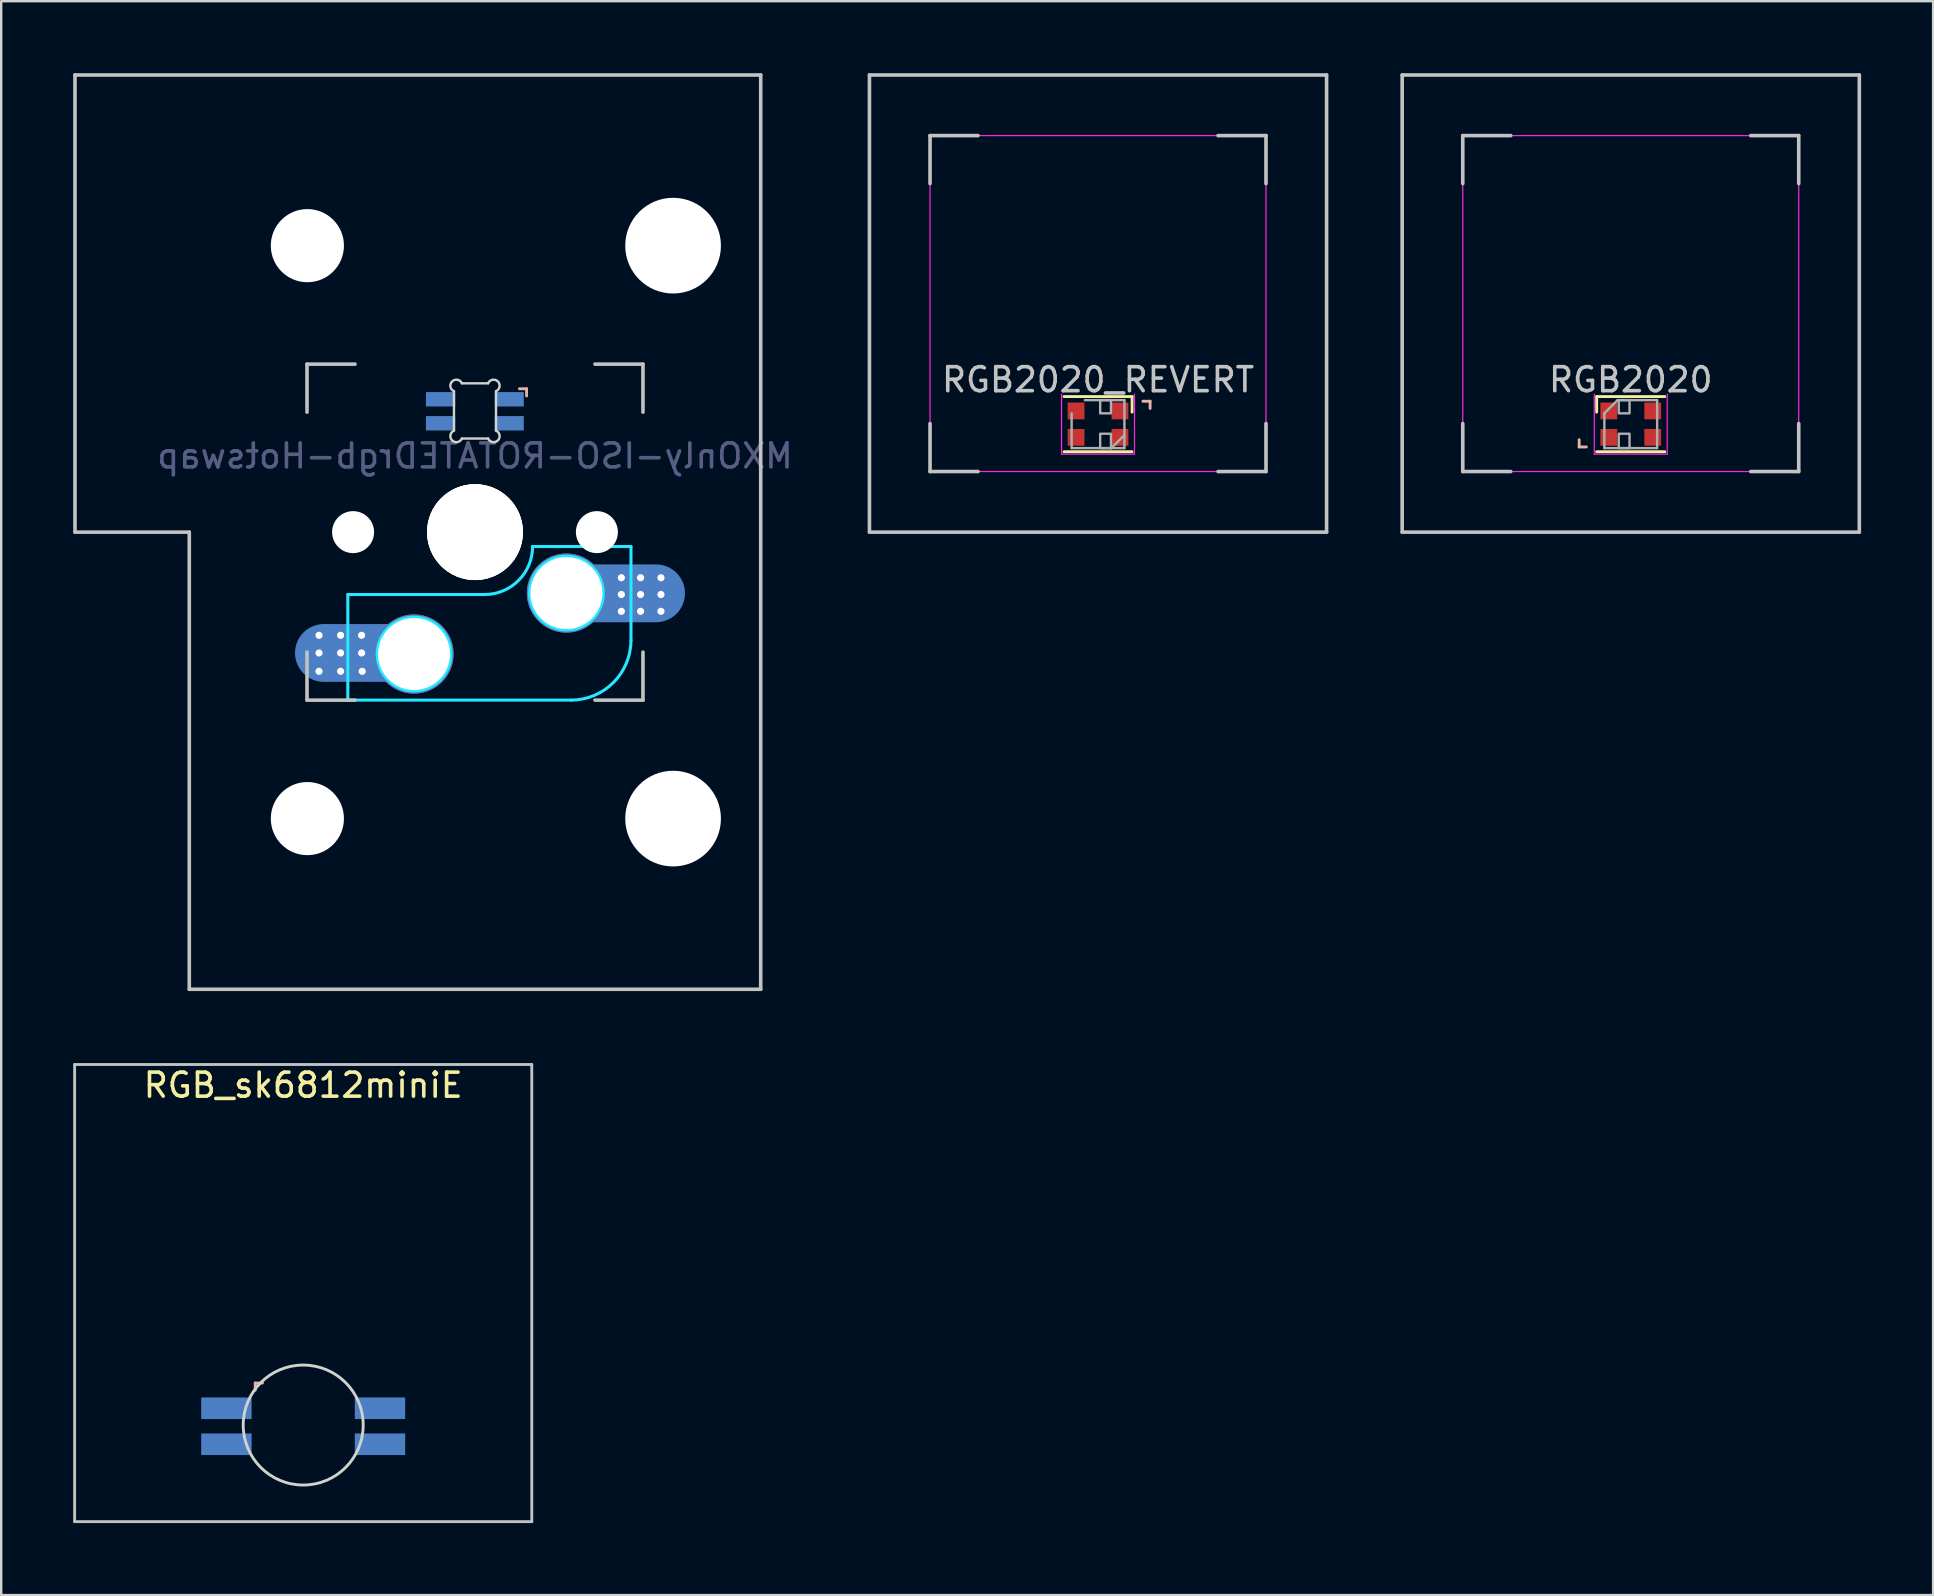
<source format=kicad_pcb>
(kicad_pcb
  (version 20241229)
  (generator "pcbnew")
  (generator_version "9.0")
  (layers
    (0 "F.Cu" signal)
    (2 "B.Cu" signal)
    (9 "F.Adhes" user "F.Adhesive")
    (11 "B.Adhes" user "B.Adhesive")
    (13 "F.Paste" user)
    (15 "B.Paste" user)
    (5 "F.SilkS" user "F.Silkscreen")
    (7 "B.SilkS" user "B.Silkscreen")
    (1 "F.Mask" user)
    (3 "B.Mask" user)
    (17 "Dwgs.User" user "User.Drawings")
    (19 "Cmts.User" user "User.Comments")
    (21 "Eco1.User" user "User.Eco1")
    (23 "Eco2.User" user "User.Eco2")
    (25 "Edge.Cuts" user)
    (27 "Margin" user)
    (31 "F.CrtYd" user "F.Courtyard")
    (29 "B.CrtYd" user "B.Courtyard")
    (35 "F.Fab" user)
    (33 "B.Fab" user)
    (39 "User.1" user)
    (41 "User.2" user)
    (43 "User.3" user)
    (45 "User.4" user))
  (footprint "RGB2020_REVERT"
    (layer "F.Cu")
    (at 42.707 9.6)
    (property "Reference" "RGB2020_REVERT" (at 0 3.175 0) (layer "Dwgs.User") (effects (font (size 1 1) (thickness 0.15))))
    (attr through_hole)
    (fp_line (start -1.42 3.875) (end 1.42 3.875) (stroke (width 0.12) (type solid)) (layer "F.SilkS"))
    (fp_line (start -1.42 6.175) (end 1.42 6.175) (stroke (width 0.12) (type solid)) (layer "F.SilkS"))
    (fp_line (start 1.42 3.875) (end 1.42 4.525) (stroke (width 0.12) (type solid)) (layer "F.SilkS"))
    (fp_line (start 2.17 4.07) (end 1.87 4.07) (stroke (width 0.12) (type solid)) (layer "B.SilkS"))
    (fp_line (start 2.17 4.37) (end 2.17 4.07) (stroke (width 0.12) (type solid)) (layer "B.SilkS"))
    (fp_line (start -9.525 -9.525) (end 9.525 -9.525) (stroke (width 0.15) (type solid)) (layer "Dwgs.User"))
    (fp_line (start -9.525 9.525) (end -9.525 -9.525) (stroke (width 0.15) (type solid)) (layer "Dwgs.User"))
    (fp_line (start -7 -7) (end -5 -7) (stroke (width 0.15) (type solid)) (layer "Dwgs.User"))
    (fp_line (start -7 -5) (end -7 -7) (stroke (width 0.15) (type solid)) (layer "Dwgs.User"))
    (fp_line (start -7 5) (end -7 7) (stroke (width 0.15) (type solid)) (layer "Dwgs.User"))
    (fp_line (start -7 7) (end -5 7) (stroke (width 0.15) (type solid)) (layer "Dwgs.User"))
    (fp_line (start 5 7) (end 7 7) (stroke (width 0.15) (type solid)) (layer "Dwgs.User"))
    (fp_line (start 7 -7) (end 5 -7) (stroke (width 0.15) (type solid)) (layer "Dwgs.User"))
    (fp_line (start 7 -5) (end 7 -7) (stroke (width 0.15) (type solid)) (layer "Dwgs.User"))
    (fp_line (start 7 7) (end 7 5) (stroke (width 0.15) (type solid)) (layer "Dwgs.User"))
    (fp_line (start 9.525 -9.525) (end 9.525 9.525) (stroke (width 0.15) (type solid)) (layer "Dwgs.User"))
    (fp_line (start 9.525 9.525) (end -9.525 9.525) (stroke (width 0.15) (type solid)) (layer "Dwgs.User"))
    (fp_line (start -7 -6.5) (end -7 6.5) (stroke (width 0.05) (type solid)) (layer "Eco2.User"))
    (fp_line (start -6.5 7) (end 6.5 7) (stroke (width 0.05) (type solid)) (layer "Eco2.User"))
    (fp_line (start 6.5 -7) (end -6.5 -7) (stroke (width 0.05) (type solid)) (layer "Eco2.User"))
    (fp_line (start 7 6.5) (end 7 -6.5) (stroke (width 0.05) (type solid)) (layer "Eco2.User"))
    (fp_arc (start -7 -6.5) (mid -6.853553 -6.853553) (end -6.5 -7) (stroke (width 0.05) (type solid)) (layer "Eco2.User"))
    (fp_arc (start -6.497236 6.998884) (mid -6.850834 6.852482) (end -6.997236 6.498884) (stroke (width 0.05) (type solid)) (layer "Eco2.User"))
    (fp_arc (start 6.5 -7) (mid 6.853553 -6.853553) (end 7 -6.5) (stroke (width 0.05) (type solid)) (layer "Eco2.User"))
    (fp_arc (start 7 6.5) (mid 6.853553 6.853553) (end 6.5 7) (stroke (width 0.05) (type solid)) (layer "Eco2.User"))
    (fp_line (start -7 -7) (end -7 7) (stroke (width 0.05) (type solid)) (layer "F.CrtYd"))
    (fp_line (start -7 7) (end 7 7) (stroke (width 0.05) (type solid)) (layer "F.CrtYd"))
    (fp_line (start -1.52 3.775) (end -1.52 6.275) (stroke (width 0.05) (type solid)) (layer "F.CrtYd"))
    (fp_line (start -1.52 6.275) (end 1.52 6.275) (stroke (width 0.05) (type solid)) (layer "F.CrtYd"))
    (fp_line (start 1.52 6.275) (end 1.52 3.775) (stroke (width 0.05) (type solid)) (layer "F.CrtYd"))
    (fp_line (start 7 -7) (end -7 -7) (stroke (width 0.05) (type solid)) (layer "F.CrtYd"))
    (fp_line (start 7 7) (end 7 -7) (stroke (width 0.05) (type solid)) (layer "F.CrtYd"))
    (fp_line (start -1.1 4.575) (end -1.1 6.025) (stroke (width 0.1) (type solid)) (layer "F.Fab"))
    (fp_line (start -1.1 6.025) (end 1.1 6.025) (stroke (width 0.1) (type solid)) (layer "F.Fab"))
    (fp_line (start 0.54 6.04) (end 1.09 5.49) (stroke (width 0.1) (type solid)) (layer "F.Fab"))
    (fp_line (start 1.1 4.025) (end -0.55 4.025) (stroke (width 0.1) (type solid)) (layer "F.Fab"))
    (fp_line (start 1.1 4.025) (end 1.1 6.025) (stroke (width 0.1) (type solid)) (layer "F.Fab"))
    (fp_rect (start 0.09 4.025) (end 0.54 4.575) (stroke (width 0.1) (type solid)) (fill no) (layer "F.Fab"))
    (fp_rect (start 0.09 5.425) (end 0.54 6.025) (stroke (width 0.1) (type solid)) (fill no) (layer "F.Fab"))
    (pad "1" smd rect (at 0.915 5.575) (size 0.7 0.7) (layers "F.Cu" "F.Mask" "F.Paste"))
    (pad "2" smd rect (at 0.915 4.475) (size 0.7 0.7) (layers "F.Cu" "F.Mask" "F.Paste"))
    (pad "3" smd rect (at -0.915 4.475) (size 0.7 0.7) (layers "F.Cu" "F.Mask" "F.Paste"))
    (pad "4" smd rect (at -0.915 5.575) (size 0.7 0.7) (layers "F.Cu" "F.Mask" "F.Paste")))
  (footprint "RGB_sk6812miniE"
    (layer "F.Cu")
    (at 9.585 50.835)
    (property "Reference" "RGB_sk6812miniE" (at 0 -8.662 0) (layer "F.SilkS") (effects (font (size 1 1) (thickness 0.15))))
    (attr through_hole)
    (fp_line (start -2 3.75) (end -2 4.05) (stroke (width 0.12) (type solid)) (layer "B.SilkS"))
    (fp_line (start -1.7 3.75) (end -2 3.75) (stroke (width 0.12) (type solid)) (layer "B.SilkS"))
    (fp_line (start -9.525 -9.525) (end 9.525 -9.525) (stroke (width 0.12) (type solid)) (layer "Dwgs.User"))
    (fp_line (start -9.525 9.525) (end -9.525 -9.525) (stroke (width 0.12) (type solid)) (layer "Dwgs.User"))
    (fp_line (start 9.525 -9.525) (end 9.525 9.525) (stroke (width 0.12) (type solid)) (layer "Dwgs.User"))
    (fp_line (start 9.525 9.525) (end -9.525 9.525) (stroke (width 0.12) (type solid)) (layer "Dwgs.User"))
    (fp_circle (center 0 5.5) (end 1.5 7.5) (stroke (width 0.12) (type solid)) (fill no) (layer "Edge.Cuts"))
    (pad "1" smd rect (at 3.2 6.3) (size 2.1 0.9) (layers "B.Cu" "B.Mask" "B.Paste"))
    (pad "2" smd rect (at 3.2 4.8) (size 2.1 0.9) (layers "B.Cu" "B.Mask" "B.Paste"))
    (pad "3" smd rect (at -3.2 4.8) (size 2.1 0.9) (layers "B.Cu" "B.Mask" "B.Paste"))
    (pad "4" smd rect (at -3.2 6.3) (size 2.1 0.9) (layers "B.Cu" "B.Mask" "B.Paste")))
  (footprint "RGB2020"
    (layer "F.Cu")
    (at 64.907 9.6)
    (property "Reference" "RGB2020" (at 0 3.175 0) (layer "Dwgs.User") (effects (font (size 1 1) (thickness 0.15))))
    (attr through_hole)
    (fp_line (start -1.42 3.875) (end -1.42 4.525) (stroke (width 0.12) (type solid)) (layer "F.SilkS"))
    (fp_line (start -1.42 3.875) (end 1.42 3.875) (stroke (width 0.12) (type solid)) (layer "F.SilkS"))
    (fp_line (start -1.42 6.175) (end 1.42 6.175) (stroke (width 0.12) (type solid)) (layer "F.SilkS"))
    (fp_line (start -2.15 5.675) (end -2.15 5.975) (stroke (width 0.12) (type solid)) (layer "B.SilkS"))
    (fp_line (start -2.15 5.975) (end -1.85 5.975) (stroke (width 0.12) (type solid)) (layer "B.SilkS"))
    (fp_line (start -9.525 -9.525) (end 9.525 -9.525) (stroke (width 0.15) (type solid)) (layer "Dwgs.User"))
    (fp_line (start -9.525 9.525) (end -9.525 -9.525) (stroke (width 0.15) (type solid)) (layer "Dwgs.User"))
    (fp_line (start -7 -7) (end -5 -7) (stroke (width 0.15) (type solid)) (layer "Dwgs.User"))
    (fp_line (start -7 -5) (end -7 -7) (stroke (width 0.15) (type solid)) (layer "Dwgs.User"))
    (fp_line (start -7 5) (end -7 7) (stroke (width 0.15) (type solid)) (layer "Dwgs.User"))
    (fp_line (start -7 7) (end -5 7) (stroke (width 0.15) (type solid)) (layer "Dwgs.User"))
    (fp_line (start 5 7) (end 7 7) (stroke (width 0.15) (type solid)) (layer "Dwgs.User"))
    (fp_line (start 7 -7) (end 5 -7) (stroke (width 0.15) (type solid)) (layer "Dwgs.User"))
    (fp_line (start 7 -5) (end 7 -7) (stroke (width 0.15) (type solid)) (layer "Dwgs.User"))
    (fp_line (start 7 7) (end 7 5) (stroke (width 0.15) (type solid)) (layer "Dwgs.User"))
    (fp_line (start 9.525 -9.525) (end 9.525 9.525) (stroke (width 0.15) (type solid)) (layer "Dwgs.User"))
    (fp_line (start 9.525 9.525) (end -9.525 9.525) (stroke (width 0.15) (type solid)) (layer "Dwgs.User"))
    (fp_line (start -7 -6.5) (end -7 6.5) (stroke (width 0.05) (type solid)) (layer "Eco2.User"))
    (fp_line (start -6.5 7) (end 6.5 7) (stroke (width 0.05) (type solid)) (layer "Eco2.User"))
    (fp_line (start 6.5 -7) (end -6.5 -7) (stroke (width 0.05) (type solid)) (layer "Eco2.User"))
    (fp_line (start 7 6.5) (end 7 -6.5) (stroke (width 0.05) (type solid)) (layer "Eco2.User"))
    (fp_arc (start -7 -6.5) (mid -6.853553 -6.853553) (end -6.5 -7) (stroke (width 0.05) (type solid)) (layer "Eco2.User"))
    (fp_arc (start -6.497236 6.998884) (mid -6.850834 6.852482) (end -6.997236 6.498884) (stroke (width 0.05) (type solid)) (layer "Eco2.User"))
    (fp_arc (start 6.5 -7) (mid 6.853553 -6.853553) (end 7 -6.5) (stroke (width 0.05) (type solid)) (layer "Eco2.User"))
    (fp_arc (start 7 6.5) (mid 6.853553 6.853553) (end 6.5 7) (stroke (width 0.05) (type solid)) (layer "Eco2.User"))
    (fp_line (start -7 -7) (end -7 7) (stroke (width 0.05) (type solid)) (layer "F.CrtYd"))
    (fp_line (start -7 7) (end 7 7) (stroke (width 0.05) (type solid)) (layer "F.CrtYd"))
    (fp_line (start -1.52 3.775) (end -1.52 6.275) (stroke (width 0.05) (type solid)) (layer "F.CrtYd"))
    (fp_line (start -1.52 6.275) (end 1.52 6.275) (stroke (width 0.05) (type solid)) (layer "F.CrtYd"))
    (fp_line (start 1.52 6.275) (end 1.52 3.775) (stroke (width 0.05) (type solid)) (layer "F.CrtYd"))
    (fp_line (start 7 -7) (end -7 -7) (stroke (width 0.05) (type solid)) (layer "F.CrtYd"))
    (fp_line (start 7 7) (end 7 -7) (stroke (width 0.05) (type solid)) (layer "F.CrtYd"))
    (fp_line (start -1.1 4.575) (end -1.1 6.025) (stroke (width 0.1) (type solid)) (layer "F.Fab"))
    (fp_line (start -1.1 6.025) (end 1.1 6.025) (stroke (width 0.1) (type solid)) (layer "F.Fab"))
    (fp_line (start -0.55 4.025) (end -1.1 4.575) (stroke (width 0.1) (type solid)) (layer "F.Fab"))
    (fp_line (start 1.1 4.025) (end -0.55 4.025) (stroke (width 0.1) (type solid)) (layer "F.Fab"))
    (fp_line (start 1.1 4.025) (end 1.1 6.025) (stroke (width 0.1) (type solid)) (layer "F.Fab"))
    (fp_rect (start -0.5 4.025) (end -0.05 4.575) (stroke (width 0.1) (type solid)) (fill no) (layer "F.Fab"))
    (fp_rect (start -0.5 5.425) (end -0.05 6.025) (stroke (width 0.1) (type solid)) (fill no) (layer "F.Fab"))
    (pad "1" smd rect (at -0.915 4.475) (size 0.7 0.7) (layers "F.Cu" "F.Mask" "F.Paste"))
    (pad "2" smd rect (at -0.915 5.575) (size 0.7 0.7) (layers "F.Cu" "F.Mask" "F.Paste"))
    (pad "3" smd rect (at 0.915 5.575) (size 0.7 0.7) (layers "F.Cu" "F.Mask" "F.Paste"))
    (pad "4" smd rect (at 0.915 4.475) (size 0.7 0.7) (layers "F.Cu" "F.Mask" "F.Paste")))
  (footprint "MXOnly-ISO-ROTATEDrgb-Hotswap"
    (layer "F.Cu")
    (at 16.744 19.125)
    (property "Reference" "MXOnly-ISO-ROTATEDrgb-Hotswap" (at 0 -3.175 180) (layer "B.Fab") (effects (font (size 1 1) (thickness 0.15)) (justify mirror)))
    (attr through_hole)
    (fp_line (start 2.15 -5.975) (end 1.85 -5.975) (stroke (width 0.12) (type solid)) (layer "B.SilkS"))
    (fp_line (start 2.15 -5.675) (end 2.15 -5.975) (stroke (width 0.12) (type solid)) (layer "B.SilkS"))
    (fp_line (start -16.669 -19.05) (end -16.669 0) (stroke (width 0.15) (type solid)) (layer "Dwgs.User"))
    (fp_line (start -16.669 -19.05) (end 11.906 -19.05) (stroke (width 0.15) (type solid)) (layer "Dwgs.User"))
    (fp_line (start -11.906 0) (end -16.669 0) (stroke (width 0.15) (type solid)) (layer "Dwgs.User"))
    (fp_line (start -11.906 19.05) (end -11.906 0) (stroke (width 0.15) (type solid)) (layer "Dwgs.User"))
    (fp_line (start -11.906 19.05) (end 11.906 19.05) (stroke (width 0.15) (type solid)) (layer "Dwgs.User"))
    (fp_line (start -7 -7) (end -7 -5) (stroke (width 0.15) (type solid)) (layer "Dwgs.User"))
    (fp_line (start -7 5) (end -7 7) (stroke (width 0.15) (type solid)) (layer "Dwgs.User"))
    (fp_line (start -5 -7) (end -7 -7) (stroke (width 0.15) (type solid)) (layer "Dwgs.User"))
    (fp_line (start -5 7) (end -7 7) (stroke (width 0.15) (type solid)) (layer "Dwgs.User"))
    (fp_line (start 5 7) (end 7 7) (stroke (width 0.15) (type solid)) (layer "Dwgs.User"))
    (fp_line (start 7 -7) (end 5 -7) (stroke (width 0.15) (type solid)) (layer "Dwgs.User"))
    (fp_line (start 7 -5) (end 7 -7) (stroke (width 0.15) (type solid)) (layer "Dwgs.User"))
    (fp_line (start 7 7) (end 7 5) (stroke (width 0.15) (type solid)) (layer "Dwgs.User"))
    (fp_line (start 11.906 -19.05) (end 11.906 19.05) (stroke (width 0.15) (type solid)) (layer "Dwgs.User"))
    (fp_line (start -0.876 -4.229) (end -0.876 -5.873) (stroke (width 0.1) (type solid)) (layer "Edge.Cuts"))
    (fp_line (start -0.547 -6.202) (end 0.547 -6.202) (stroke (width 0.1) (type solid)) (layer "Edge.Cuts"))
    (fp_line (start 0.547 -3.9) (end -0.547 -3.9) (stroke (width 0.1) (type solid)) (layer "Edge.Cuts"))
    (fp_line (start 0.876 -5.873) (end 0.876 -4.229) (stroke (width 0.1) (type solid)) (layer "Edge.Cuts"))
    (fp_arc (start -0.876006 -5.872884) (mid -0.952758 -6.278765) (end -0.546877 -6.202013) (stroke (width 0.1) (type solid)) (layer "Edge.Cuts"))
    (fp_arc (start -0.546877 -3.9) (mid -0.952801 -3.823205) (end -0.876006 -4.229129) (stroke (width 0.1) (type solid)) (layer "Edge.Cuts"))
    (fp_arc (start 0.546878 -6.202013) (mid 0.952748 -6.278754) (end 0.876007 -5.872884) (stroke (width 0.1) (type solid)) (layer "Edge.Cuts"))
    (fp_arc (start 0.876007 -4.229129) (mid 0.952791 -3.823216) (end 0.546878 -3.9) (stroke (width 0.1) (type solid)) (layer "Edge.Cuts"))
    (fp_line (start -5.3 7) (end -5.3 2.6) (stroke (width 0.127) (type solid)) (layer "B.CrtYd"))
    (fp_line (start -5.3 7) (end 4 7) (stroke (width 0.127) (type solid)) (layer "B.CrtYd"))
    (fp_line (start 0.4 2.6) (end -5.3 2.6) (stroke (width 0.127) (type solid)) (layer "B.CrtYd"))
    (fp_line (start 6.5 0.6) (end 2.4 0.6) (stroke (width 0.127) (type solid)) (layer "B.CrtYd"))
    (fp_line (start 6.5 4.5) (end 6.5 0.6) (stroke (width 0.127) (type solid)) (layer "B.CrtYd"))
    (fp_arc (start 2.4 0.6) (mid 1.814214 2.014214) (end 0.4 2.6) (stroke (width 0.127) (type solid)) (layer "B.CrtYd"))
    (fp_arc (start 6.5 4.5) (mid 5.767767 6.267767) (end 4 7) (stroke (width 0.127) (type solid)) (layer "B.CrtYd"))
    (fp_circle (center -2.54 5.08) (end -2.54 6.604) (stroke (width 0.15) (type solid)) (fill no) (layer "B.CrtYd"))
    (fp_circle (center 3.81 2.54) (end 2.286 2.54) (stroke (width 0.15) (type solid)) (fill no) (layer "B.CrtYd"))
    (pad "" np_thru_hole circle (at -6.985 -11.938) (size 3.048 3.048) (drill 3.048) (layers "*.Cu" "*.Mask"))
    (pad "" np_thru_hole circle (at -6.985 11.938) (size 3.048 3.048) (drill 3.048) (layers "*.Cu" "*.Mask"))
    (pad "" np_thru_hole circle (at -5.08 0 228.1) (size 1.75 1.75) (drill 1.75) (layers "*.Cu" "*.Mask"))
    (pad "" np_thru_hole circle (at 0 0 180) (size 3.988 3.988) (drill 3.988) (layers "*.Cu" "*.Mask"))
    (pad "" np_thru_hole circle (at 0 0 180) (size 3.988 3.988) (drill 3.988) (layers "*.Cu" "*.Mask"))
    (pad "" np_thru_hole circle (at 0 0 180) (size 4 4) (drill 4) (layers "*.Cu" "*.Mask"))
    (pad "" np_thru_hole circle (at 5.08 0 228.1) (size 1.75 1.75) (drill 1.75) (layers "*.Cu" "*.Mask"))
    (pad "" np_thru_hole circle (at 8.255 -11.938) (size 3.988 3.988) (drill 3.988) (layers "*.Cu" "*.Mask"))
    (pad "" np_thru_hole circle (at 8.255 11.938) (size 3.988 3.988) (drill 3.988) (layers "*.Cu" "*.Mask"))
    (pad "1" thru_hole circle (at -6.5 4.3 180) (size 0.4 0.4) (drill 0.3) (layers "*.Cu" "B.Mask"))
    (pad "1" thru_hole circle (at -6.5 5.035 180) (size 0.4 0.4) (drill 0.3) (layers "*.Cu" "B.Mask"))
    (pad "1" thru_hole circle (at -6.5 5.8 180) (size 0.4 0.4) (drill 0.3) (layers "*.Cu" "B.Mask"))
    (pad "1" thru_hole circle (at -5.6 4.3 180) (size 0.4 0.4) (drill 0.3) (layers "*.Cu" "B.Mask"))
    (pad "1" thru_hole circle (at -5.6 5.035 180) (size 0.4 0.4) (drill 0.3) (layers "*.Cu" "B.Mask"))
    (pad "1" thru_hole circle (at -5.6 5.8 180) (size 0.4 0.4) (drill 0.3) (layers "*.Cu" "B.Mask"))
    (pad "1" smd oval (at -4.75 5.035 180) (size 5.5 2.41) (layers "B.Cu" "B.Mask" "B.Paste"))
    (pad "1" thru_hole circle (at -4.725 4.3 180) (size 0.4 0.4) (drill 0.3) (layers "*.Cu" "B.Mask"))
    (pad "1" thru_hole circle (at -4.725 5.035 180) (size 0.4 0.4) (drill 0.3) (layers "*.Cu" "B.Mask"))
    (pad "1" thru_hole circle (at -4.7 5.8 180) (size 0.4 0.4) (drill 0.3) (layers "*.Cu" "B.Mask"))
    (pad "1" thru_hole circle (at -2.54 5.08 180) (size 3.3 3.3) (drill 3) (layers "*.Cu" "B.Mask"))
    (pad "2" thru_hole circle (at 3.81 2.54 180) (size 3.3 3.3) (drill 3) (layers "*.Cu" "B.Mask"))
    (pad "2" smd oval (at 6 2.55 180) (size 5.5 2.41) (layers "B.Cu" "B.Mask" "B.Paste"))
    (pad "2" thru_hole circle (at 6.1 1.9 180) (size 0.4 0.4) (drill 0.3) (layers "*.Cu" "B.Mask"))
    (pad "2" thru_hole circle (at 6.1 2.6 180) (size 0.4 0.4) (drill 0.3) (layers "*.Cu" "B.Mask"))
    (pad "2" thru_hole circle (at 6.1 3.3 180) (size 0.4 0.4) (drill 0.3) (layers "*.Cu" "B.Mask"))
    (pad "2" thru_hole circle (at 6.9 1.9 180) (size 0.4 0.4) (drill 0.3) (layers "*.Cu" "B.Mask"))
    (pad "2" thru_hole circle (at 6.9 2.6 180) (size 0.4 0.4) (drill 0.3) (layers "*.Cu" "B.Mask"))
    (pad "2" thru_hole circle (at 6.9 3.3 180) (size 0.4 0.4) (drill 0.3) (layers "*.Cu" "B.Mask"))
    (pad "2" thru_hole circle (at 7.75 1.9 180) (size 0.4 0.4) (drill 0.3) (layers "*.Cu" "B.Mask"))
    (pad "2" thru_hole circle (at 7.75 2.6 180) (size 0.4 0.4) (drill 0.3) (layers "*.Cu" "B.Mask"))
    (pad "2" thru_hole circle (at 7.75 3.3 180) (size 0.4 0.4) (drill 0.3) (layers "*.Cu" "B.Mask"))
    (pad "3" smd rect (at 1.429 -5.536 180) (size 1.209 0.6) (layers "B.Cu" "B.Mask" "B.Paste"))
    (pad "4" smd rect (at 1.429 -4.536 180) (size 1.209 0.6) (layers "B.Cu" "B.Mask" "B.Paste"))
    (pad "5" smd rect (at -1.435 -5.536 180) (size 1.219 0.6) (layers "B.Cu" "B.Mask" "B.Paste"))
    (pad "6" smd rect (at -1.435 -4.536 180) (size 1.219 0.6) (layers "B.Cu" "B.Mask" "B.Paste")))
  (gr_rect
    (start -3 -3)
    (end 77.507 63.42)
    (stroke (width 0.1) (type default))
    (fill no)
    (layer "Edge.Cuts")))
</source>
